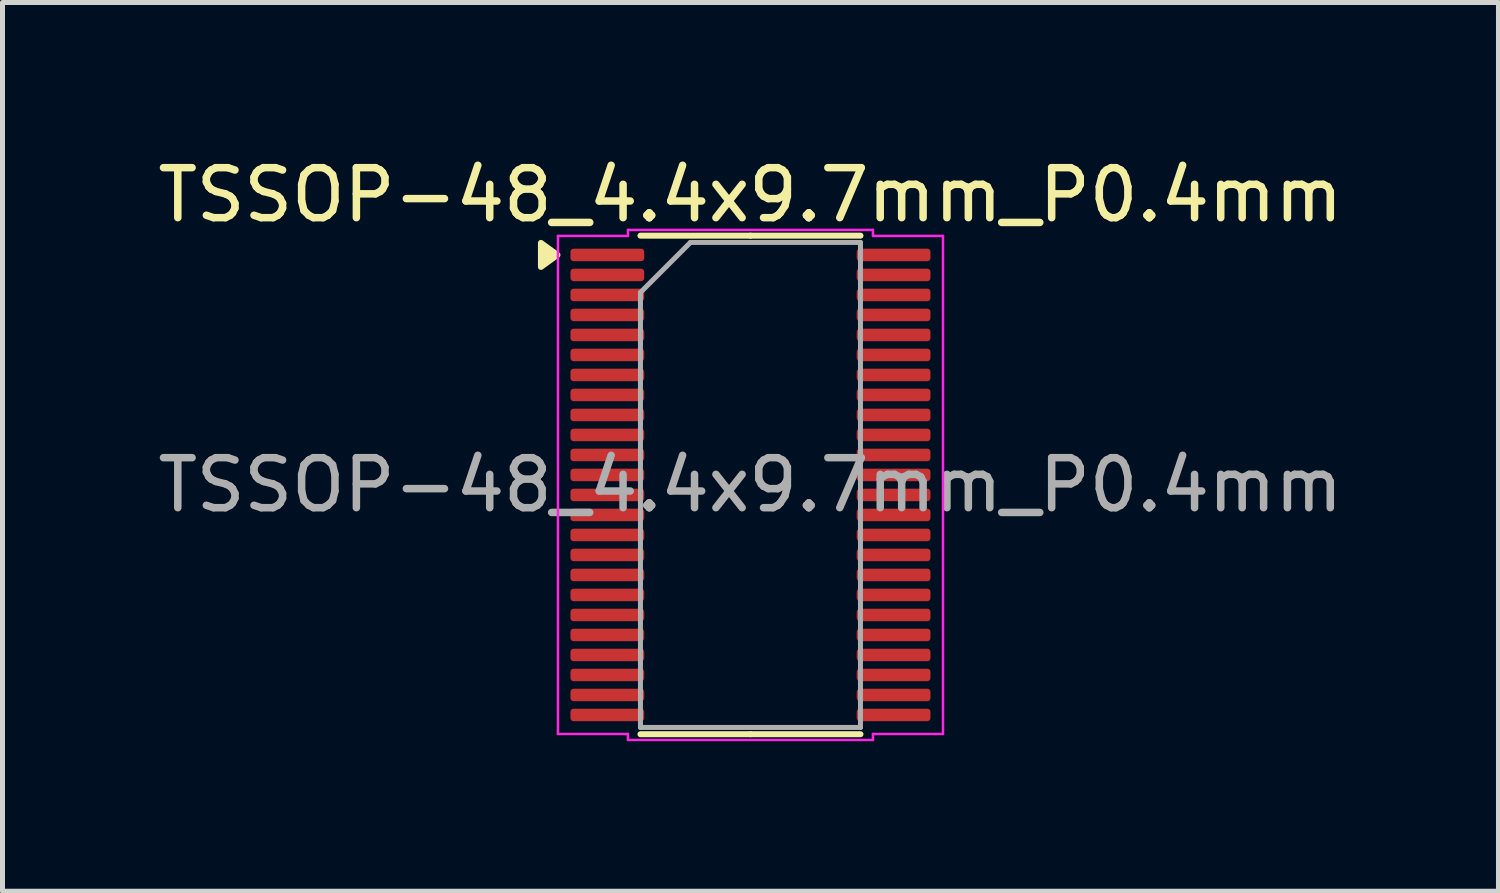
<source format=kicad_pcb>
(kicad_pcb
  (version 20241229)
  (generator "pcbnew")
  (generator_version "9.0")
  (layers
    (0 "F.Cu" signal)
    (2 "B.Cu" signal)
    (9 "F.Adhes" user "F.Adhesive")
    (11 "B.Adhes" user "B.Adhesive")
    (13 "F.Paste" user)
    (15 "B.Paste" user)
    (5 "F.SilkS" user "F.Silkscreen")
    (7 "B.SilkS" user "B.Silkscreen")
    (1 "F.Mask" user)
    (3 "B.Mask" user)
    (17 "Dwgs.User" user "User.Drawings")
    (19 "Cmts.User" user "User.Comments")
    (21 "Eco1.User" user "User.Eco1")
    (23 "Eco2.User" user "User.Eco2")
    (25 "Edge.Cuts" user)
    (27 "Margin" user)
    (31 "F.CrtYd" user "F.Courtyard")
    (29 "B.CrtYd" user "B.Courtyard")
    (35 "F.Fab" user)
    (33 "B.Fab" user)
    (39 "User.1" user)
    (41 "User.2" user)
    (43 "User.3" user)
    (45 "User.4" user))
  (footprint "TSSOP-48_4.4x9.7mm_P0.4mm"
    (layer "F.Cu")
    (at 11.958 6.648)
    (property "Reference" "TSSOP-48_4.4x9.7mm_P0.4mm" (at 0 -5.8 0) (layer "F.SilkS") (effects (font (size 1 1) (thickness 0.15))))
    (attr smd)
    (fp_line (start 0 -4.985) (end -2.2 -4.985) (stroke (width 0.12) (type solid)) (layer "F.SilkS"))
    (fp_line (start 0 -4.985) (end 2.2 -4.985) (stroke (width 0.12) (type solid)) (layer "F.SilkS"))
    (fp_line (start 0 4.985) (end -2.2 4.985) (stroke (width 0.12) (type solid)) (layer "F.SilkS"))
    (fp_line (start 0 4.985) (end 2.2 4.985) (stroke (width 0.12) (type solid)) (layer "F.SilkS"))
    (fp_poly (pts (xy -3.86 -4.6) (xy -4.19 -4.36) (xy -4.19 -4.84)) (stroke (width 0.12) (type solid)) (fill yes) (layer "F.SilkS"))
    (fp_line (start -3.85 -4.98) (end -2.45 -4.98) (stroke (width 0.05) (type solid)) (layer "F.CrtYd"))
    (fp_line (start -3.85 4.98) (end -3.85 -4.98) (stroke (width 0.05) (type solid)) (layer "F.CrtYd"))
    (fp_line (start -2.45 -5.1) (end 2.45 -5.1) (stroke (width 0.05) (type solid)) (layer "F.CrtYd"))
    (fp_line (start -2.45 -4.98) (end -2.45 -5.1) (stroke (width 0.05) (type solid)) (layer "F.CrtYd"))
    (fp_line (start -2.45 4.98) (end -3.85 4.98) (stroke (width 0.05) (type solid)) (layer "F.CrtYd"))
    (fp_line (start -2.45 5.1) (end -2.45 4.98) (stroke (width 0.05) (type solid)) (layer "F.CrtYd"))
    (fp_line (start 2.45 -5.1) (end 2.45 -4.98) (stroke (width 0.05) (type solid)) (layer "F.CrtYd"))
    (fp_line (start 2.45 -4.98) (end 3.85 -4.98) (stroke (width 0.05) (type solid)) (layer "F.CrtYd"))
    (fp_line (start 2.45 4.98) (end 2.45 5.1) (stroke (width 0.05) (type solid)) (layer "F.CrtYd"))
    (fp_line (start 2.45 5.1) (end -2.45 5.1) (stroke (width 0.05) (type solid)) (layer "F.CrtYd"))
    (fp_line (start 3.85 -4.98) (end 3.85 4.98) (stroke (width 0.05) (type solid)) (layer "F.CrtYd"))
    (fp_line (start 3.85 4.98) (end 2.45 4.98) (stroke (width 0.05) (type solid)) (layer "F.CrtYd"))
    (fp_line (start -2.2 -3.85) (end -1.2 -4.85) (stroke (width 0.1) (type solid)) (layer "F.Fab"))
    (fp_line (start -2.2 4.85) (end -2.2 -3.85) (stroke (width 0.1) (type solid)) (layer "F.Fab"))
    (fp_line (start -1.2 -4.85) (end 2.2 -4.85) (stroke (width 0.1) (type solid)) (layer "F.Fab"))
    (fp_line (start 2.2 -4.85) (end 2.2 4.85) (stroke (width 0.1) (type solid)) (layer "F.Fab"))
    (fp_line (start 2.2 4.85) (end -2.2 4.85) (stroke (width 0.1) (type solid)) (layer "F.Fab"))
    (fp_text user "${REFERENCE}" (at 0 0 0) (layer "F.Fab") (effects (font (size 1 1) (thickness 0.15))))
    (pad "1" smd roundrect (at -2.862 -4.6) (size 1.475 0.25) (layers "F.Cu" "F.Mask" "F.Paste") (roundrect_rratio 0.25))
    (pad "2" smd roundrect (at -2.862 -4.2) (size 1.475 0.25) (layers "F.Cu" "F.Mask" "F.Paste") (roundrect_rratio 0.25))
    (pad "3" smd roundrect (at -2.862 -3.8) (size 1.475 0.25) (layers "F.Cu" "F.Mask" "F.Paste") (roundrect_rratio 0.25))
    (pad "4" smd roundrect (at -2.862 -3.4) (size 1.475 0.25) (layers "F.Cu" "F.Mask" "F.Paste") (roundrect_rratio 0.25))
    (pad "5" smd roundrect (at -2.862 -3) (size 1.475 0.25) (layers "F.Cu" "F.Mask" "F.Paste") (roundrect_rratio 0.25))
    (pad "6" smd roundrect (at -2.862 -2.6) (size 1.475 0.25) (layers "F.Cu" "F.Mask" "F.Paste") (roundrect_rratio 0.25))
    (pad "7" smd roundrect (at -2.862 -2.2) (size 1.475 0.25) (layers "F.Cu" "F.Mask" "F.Paste") (roundrect_rratio 0.25))
    (pad "8" smd roundrect (at -2.862 -1.8) (size 1.475 0.25) (layers "F.Cu" "F.Mask" "F.Paste") (roundrect_rratio 0.25))
    (pad "9" smd roundrect (at -2.862 -1.4) (size 1.475 0.25) (layers "F.Cu" "F.Mask" "F.Paste") (roundrect_rratio 0.25))
    (pad "10" smd roundrect (at -2.862 -1) (size 1.475 0.25) (layers "F.Cu" "F.Mask" "F.Paste") (roundrect_rratio 0.25))
    (pad "11" smd roundrect (at -2.862 -0.6) (size 1.475 0.25) (layers "F.Cu" "F.Mask" "F.Paste") (roundrect_rratio 0.25))
    (pad "12" smd roundrect (at -2.862 -0.2) (size 1.475 0.25) (layers "F.Cu" "F.Mask" "F.Paste") (roundrect_rratio 0.25))
    (pad "13" smd roundrect (at -2.862 0.2) (size 1.475 0.25) (layers "F.Cu" "F.Mask" "F.Paste") (roundrect_rratio 0.25))
    (pad "14" smd roundrect (at -2.862 0.6) (size 1.475 0.25) (layers "F.Cu" "F.Mask" "F.Paste") (roundrect_rratio 0.25))
    (pad "15" smd roundrect (at -2.862 1) (size 1.475 0.25) (layers "F.Cu" "F.Mask" "F.Paste") (roundrect_rratio 0.25))
    (pad "16" smd roundrect (at -2.862 1.4) (size 1.475 0.25) (layers "F.Cu" "F.Mask" "F.Paste") (roundrect_rratio 0.25))
    (pad "17" smd roundrect (at -2.862 1.8) (size 1.475 0.25) (layers "F.Cu" "F.Mask" "F.Paste") (roundrect_rratio 0.25))
    (pad "18" smd roundrect (at -2.862 2.2) (size 1.475 0.25) (layers "F.Cu" "F.Mask" "F.Paste") (roundrect_rratio 0.25))
    (pad "19" smd roundrect (at -2.862 2.6) (size 1.475 0.25) (layers "F.Cu" "F.Mask" "F.Paste") (roundrect_rratio 0.25))
    (pad "20" smd roundrect (at -2.862 3) (size 1.475 0.25) (layers "F.Cu" "F.Mask" "F.Paste") (roundrect_rratio 0.25))
    (pad "21" smd roundrect (at -2.862 3.4) (size 1.475 0.25) (layers "F.Cu" "F.Mask" "F.Paste") (roundrect_rratio 0.25))
    (pad "22" smd roundrect (at -2.862 3.8) (size 1.475 0.25) (layers "F.Cu" "F.Mask" "F.Paste") (roundrect_rratio 0.25))
    (pad "23" smd roundrect (at -2.862 4.2) (size 1.475 0.25) (layers "F.Cu" "F.Mask" "F.Paste") (roundrect_rratio 0.25))
    (pad "24" smd roundrect (at -2.862 4.6) (size 1.475 0.25) (layers "F.Cu" "F.Mask" "F.Paste") (roundrect_rratio 0.25))
    (pad "25" smd roundrect (at 2.862 4.6) (size 1.475 0.25) (layers "F.Cu" "F.Mask" "F.Paste") (roundrect_rratio 0.25))
    (pad "26" smd roundrect (at 2.862 4.2) (size 1.475 0.25) (layers "F.Cu" "F.Mask" "F.Paste") (roundrect_rratio 0.25))
    (pad "27" smd roundrect (at 2.862 3.8) (size 1.475 0.25) (layers "F.Cu" "F.Mask" "F.Paste") (roundrect_rratio 0.25))
    (pad "28" smd roundrect (at 2.862 3.4) (size 1.475 0.25) (layers "F.Cu" "F.Mask" "F.Paste") (roundrect_rratio 0.25))
    (pad "29" smd roundrect (at 2.862 3) (size 1.475 0.25) (layers "F.Cu" "F.Mask" "F.Paste") (roundrect_rratio 0.25))
    (pad "30" smd roundrect (at 2.862 2.6) (size 1.475 0.25) (layers "F.Cu" "F.Mask" "F.Paste") (roundrect_rratio 0.25))
    (pad "31" smd roundrect (at 2.862 2.2) (size 1.475 0.25) (layers "F.Cu" "F.Mask" "F.Paste") (roundrect_rratio 0.25))
    (pad "32" smd roundrect (at 2.862 1.8) (size 1.475 0.25) (layers "F.Cu" "F.Mask" "F.Paste") (roundrect_rratio 0.25))
    (pad "33" smd roundrect (at 2.862 1.4) (size 1.475 0.25) (layers "F.Cu" "F.Mask" "F.Paste") (roundrect_rratio 0.25))
    (pad "34" smd roundrect (at 2.862 1) (size 1.475 0.25) (layers "F.Cu" "F.Mask" "F.Paste") (roundrect_rratio 0.25))
    (pad "35" smd roundrect (at 2.862 0.6) (size 1.475 0.25) (layers "F.Cu" "F.Mask" "F.Paste") (roundrect_rratio 0.25))
    (pad "36" smd roundrect (at 2.862 0.2) (size 1.475 0.25) (layers "F.Cu" "F.Mask" "F.Paste") (roundrect_rratio 0.25))
    (pad "37" smd roundrect (at 2.862 -0.2) (size 1.475 0.25) (layers "F.Cu" "F.Mask" "F.Paste") (roundrect_rratio 0.25))
    (pad "38" smd roundrect (at 2.862 -0.6) (size 1.475 0.25) (layers "F.Cu" "F.Mask" "F.Paste") (roundrect_rratio 0.25))
    (pad "39" smd roundrect (at 2.862 -1) (size 1.475 0.25) (layers "F.Cu" "F.Mask" "F.Paste") (roundrect_rratio 0.25))
    (pad "40" smd roundrect (at 2.862 -1.4) (size 1.475 0.25) (layers "F.Cu" "F.Mask" "F.Paste") (roundrect_rratio 0.25))
    (pad "41" smd roundrect (at 2.862 -1.8) (size 1.475 0.25) (layers "F.Cu" "F.Mask" "F.Paste") (roundrect_rratio 0.25))
    (pad "42" smd roundrect (at 2.862 -2.2) (size 1.475 0.25) (layers "F.Cu" "F.Mask" "F.Paste") (roundrect_rratio 0.25))
    (pad "43" smd roundrect (at 2.862 -2.6) (size 1.475 0.25) (layers "F.Cu" "F.Mask" "F.Paste") (roundrect_rratio 0.25))
    (pad "44" smd roundrect (at 2.862 -3) (size 1.475 0.25) (layers "F.Cu" "F.Mask" "F.Paste") (roundrect_rratio 0.25))
    (pad "45" smd roundrect (at 2.862 -3.4) (size 1.475 0.25) (layers "F.Cu" "F.Mask" "F.Paste") (roundrect_rratio 0.25))
    (pad "46" smd roundrect (at 2.862 -3.8) (size 1.475 0.25) (layers "F.Cu" "F.Mask" "F.Paste") (roundrect_rratio 0.25))
    (pad "47" smd roundrect (at 2.862 -4.2) (size 1.475 0.25) (layers "F.Cu" "F.Mask" "F.Paste") (roundrect_rratio 0.25))
    (pad "48" smd roundrect (at 2.862 -4.6) (size 1.475 0.25) (layers "F.Cu" "F.Mask" "F.Paste") (roundrect_rratio 0.25)))
  (gr_rect
    (start -3 -3)
    (end 26.917 14.773)
    (stroke (width 0.1) (type default))
    (fill no)
    (layer "Edge.Cuts")))
</source>
